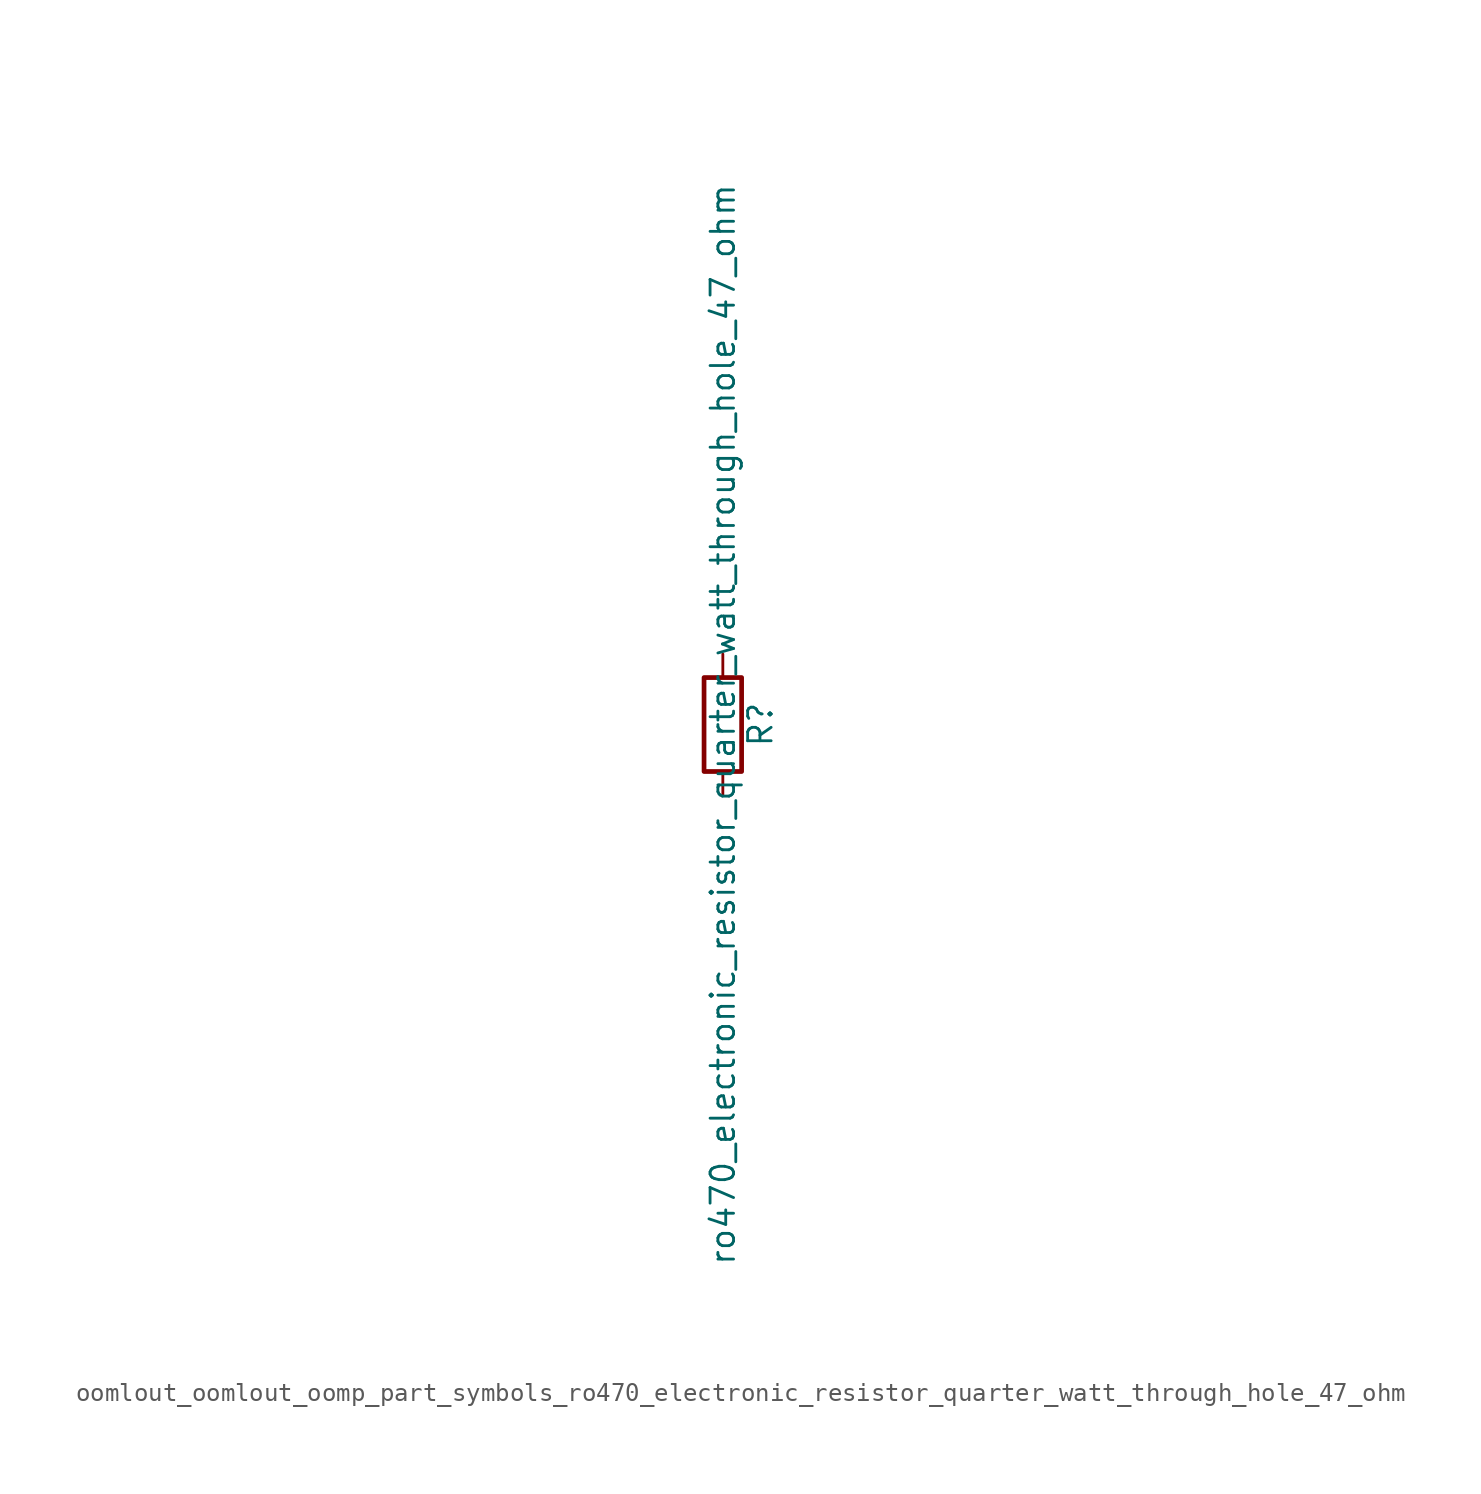
<source format=kicad_sym>
(kicad_symbol_lib
  (version 20220914)
  (generator kicad_symbol_editor)
  (symbol "oomlout_oomlout_oomp_part_symbols_ro470_electronic_resistor_quarter_watt_through_hole_47_ohm"
    (pin_numbers hide)
    (pin_names
      (offset 0))
    (property "Reference" "R"
      (at 2.032 0 90)
      (effects (font (size 1.27 1.27))))
    (property "Value" "ro470_electronic_resistor_quarter_watt_through_hole_47_ohm"
      (at 0 0 90)
      (effects (font (size 1.27 1.27))))
    (symbol "oomlout_oomlout_oomp_part_symbols_ro470_electronic_resistor_quarter_watt_through_hole_47_ohm_0_1"
      (rectangle (start -1.016 -2.54) (end 1.016 2.54) (stroke (width 0.254) (type default)) (fill (type none))))
    (symbol "oomlout_oomlout_oomp_part_symbols_ro470_electronic_resistor_quarter_watt_through_hole_47_ohm_1_1"
      (pin passive line (at 0 3.81 270) (length 1.27) (name "~" (effects (font (size 1.27 1.27)))) (number "1" (effects (font (size 1.27 1.27)))))
      (pin passive line (at 0 -3.81 90) (length 1.27) (name "~" (effects (font (size 1.27 1.27)))) (number "2" (effects (font (size 1.27 1.27))))))))
</source>
